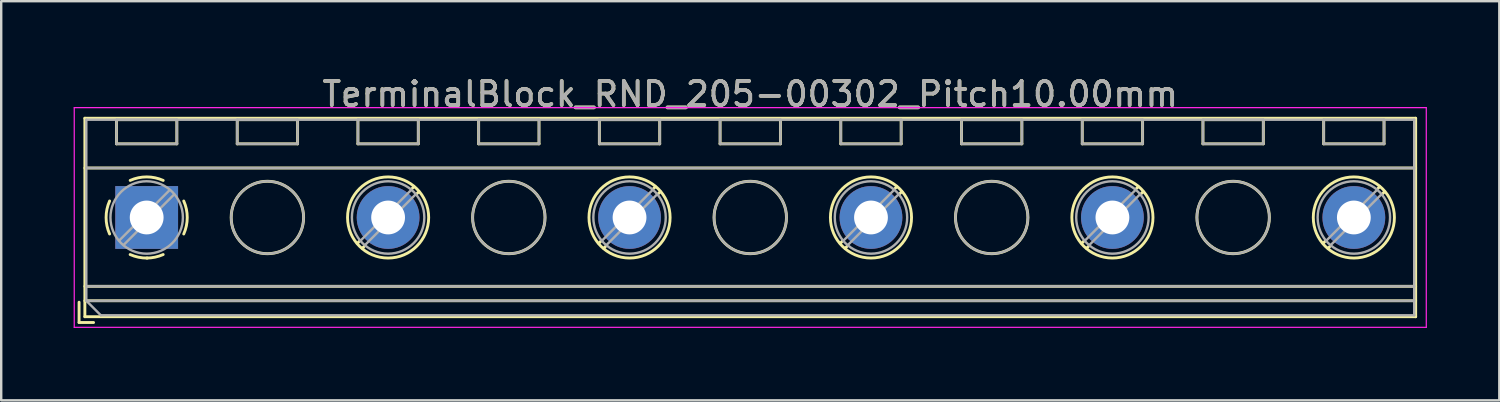
<source format=kicad_pcb>
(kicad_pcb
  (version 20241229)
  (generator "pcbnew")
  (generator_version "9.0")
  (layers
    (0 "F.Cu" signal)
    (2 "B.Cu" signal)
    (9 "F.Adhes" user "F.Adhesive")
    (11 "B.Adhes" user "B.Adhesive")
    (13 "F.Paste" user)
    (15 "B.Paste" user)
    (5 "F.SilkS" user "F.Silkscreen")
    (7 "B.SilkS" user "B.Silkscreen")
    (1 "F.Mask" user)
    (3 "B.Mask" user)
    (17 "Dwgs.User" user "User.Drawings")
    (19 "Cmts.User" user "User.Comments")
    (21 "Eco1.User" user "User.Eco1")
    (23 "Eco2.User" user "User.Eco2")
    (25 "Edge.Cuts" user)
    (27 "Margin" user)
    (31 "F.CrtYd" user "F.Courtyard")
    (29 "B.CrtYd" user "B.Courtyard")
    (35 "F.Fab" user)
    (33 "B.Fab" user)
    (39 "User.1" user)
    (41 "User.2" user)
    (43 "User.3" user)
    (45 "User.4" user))
  (footprint "TerminalBlock_RND_205-00302_Pitch10.00mm"
    (layer "F.Cu")
    (at 3.025 5.958)
    (property "Reference" "TerminalBlock_RND_205-00302_Pitch10.00mm" (at 25 -5.11 0) (layer "F.SilkS") (effects (font (size 1 1) (thickness 0.15))))
    (attr through_hole)
    (fp_line (start -2.8 3.51) (end -2.8 4.35) (stroke (width 0.12) (type solid)) (layer "F.SilkS"))
    (fp_line (start -2.8 4.35) (end -2.2 4.35) (stroke (width 0.12) (type solid)) (layer "F.SilkS"))
    (fp_line (start -2.56 -4.11) (end -2.56 4.11) (stroke (width 0.12) (type solid)) (layer "F.SilkS"))
    (fp_line (start -2.56 -2.05) (end 52.56 -2.05) (stroke (width 0.12) (type solid)) (layer "F.SilkS"))
    (fp_line (start -2.56 2.85) (end 52.56 2.85) (stroke (width 0.12) (type solid)) (layer "F.SilkS"))
    (fp_line (start -2.56 3.45) (end 52.56 3.45) (stroke (width 0.12) (type solid)) (layer "F.SilkS"))
    (fp_line (start -2.56 4.11) (end 52.56 4.11) (stroke (width 0.12) (type solid)) (layer "F.SilkS"))
    (fp_line (start -1.25 -4.05) (end -1.25 -3.05) (stroke (width 0.12) (type solid)) (layer "F.SilkS"))
    (fp_line (start -1.25 -4.05) (end 1.25 -4.05) (stroke (width 0.12) (type solid)) (layer "F.SilkS"))
    (fp_line (start -1.25 -3.05) (end 1.25 -3.05) (stroke (width 0.12) (type solid)) (layer "F.SilkS"))
    (fp_line (start 1.25 -4.05) (end 1.25 -3.05) (stroke (width 0.12) (type solid)) (layer "F.SilkS"))
    (fp_line (start 3.75 -4.05) (end 3.75 -3.05) (stroke (width 0.12) (type solid)) (layer "F.SilkS"))
    (fp_line (start 3.75 -4.05) (end 6.25 -4.05) (stroke (width 0.12) (type solid)) (layer "F.SilkS"))
    (fp_line (start 3.75 -3.05) (end 6.25 -3.05) (stroke (width 0.12) (type solid)) (layer "F.SilkS"))
    (fp_line (start 6.25 -4.05) (end 6.25 -3.05) (stroke (width 0.12) (type solid)) (layer "F.SilkS"))
    (fp_line (start 8.75 -4.05) (end 8.75 -3.05) (stroke (width 0.12) (type solid)) (layer "F.SilkS"))
    (fp_line (start 8.75 -4.05) (end 11.25 -4.05) (stroke (width 0.12) (type solid)) (layer "F.SilkS"))
    (fp_line (start 8.75 -3.05) (end 11.25 -3.05) (stroke (width 0.12) (type solid)) (layer "F.SilkS"))
    (fp_line (start 8.82 0.976) (end 8.726 1.069) (stroke (width 0.12) (type solid)) (layer "F.SilkS"))
    (fp_line (start 9.002 1.204) (end 8.931 1.274) (stroke (width 0.12) (type solid)) (layer "F.SilkS"))
    (fp_line (start 11.07 -1.275) (end 10.999 -1.204) (stroke (width 0.12) (type solid)) (layer "F.SilkS"))
    (fp_line (start 11.25 -4.05) (end 11.25 -3.05) (stroke (width 0.12) (type solid)) (layer "F.SilkS"))
    (fp_line (start 11.275 -1.069) (end 11.181 -0.976) (stroke (width 0.12) (type solid)) (layer "F.SilkS"))
    (fp_line (start 13.75 -4.05) (end 13.75 -3.05) (stroke (width 0.12) (type solid)) (layer "F.SilkS"))
    (fp_line (start 13.75 -4.05) (end 16.25 -4.05) (stroke (width 0.12) (type solid)) (layer "F.SilkS"))
    (fp_line (start 13.75 -3.05) (end 16.25 -3.05) (stroke (width 0.12) (type solid)) (layer "F.SilkS"))
    (fp_line (start 16.25 -4.05) (end 16.25 -3.05) (stroke (width 0.12) (type solid)) (layer "F.SilkS"))
    (fp_line (start 18.75 -4.05) (end 18.75 -3.05) (stroke (width 0.12) (type solid)) (layer "F.SilkS"))
    (fp_line (start 18.75 -4.05) (end 21.25 -4.05) (stroke (width 0.12) (type solid)) (layer "F.SilkS"))
    (fp_line (start 18.75 -3.05) (end 21.25 -3.05) (stroke (width 0.12) (type solid)) (layer "F.SilkS"))
    (fp_line (start 18.82 0.976) (end 18.726 1.069) (stroke (width 0.12) (type solid)) (layer "F.SilkS"))
    (fp_line (start 19.002 1.204) (end 18.931 1.274) (stroke (width 0.12) (type solid)) (layer "F.SilkS"))
    (fp_line (start 21.07 -1.275) (end 20.999 -1.204) (stroke (width 0.12) (type solid)) (layer "F.SilkS"))
    (fp_line (start 21.25 -4.05) (end 21.25 -3.05) (stroke (width 0.12) (type solid)) (layer "F.SilkS"))
    (fp_line (start 21.275 -1.069) (end 21.181 -0.976) (stroke (width 0.12) (type solid)) (layer "F.SilkS"))
    (fp_line (start 23.75 -4.05) (end 23.75 -3.05) (stroke (width 0.12) (type solid)) (layer "F.SilkS"))
    (fp_line (start 23.75 -4.05) (end 26.25 -4.05) (stroke (width 0.12) (type solid)) (layer "F.SilkS"))
    (fp_line (start 23.75 -3.05) (end 26.25 -3.05) (stroke (width 0.12) (type solid)) (layer "F.SilkS"))
    (fp_line (start 26.25 -4.05) (end 26.25 -3.05) (stroke (width 0.12) (type solid)) (layer "F.SilkS"))
    (fp_line (start 28.75 -4.05) (end 28.75 -3.05) (stroke (width 0.12) (type solid)) (layer "F.SilkS"))
    (fp_line (start 28.75 -4.05) (end 31.25 -4.05) (stroke (width 0.12) (type solid)) (layer "F.SilkS"))
    (fp_line (start 28.75 -3.05) (end 31.25 -3.05) (stroke (width 0.12) (type solid)) (layer "F.SilkS"))
    (fp_line (start 28.82 0.976) (end 28.726 1.069) (stroke (width 0.12) (type solid)) (layer "F.SilkS"))
    (fp_line (start 29.002 1.204) (end 28.931 1.274) (stroke (width 0.12) (type solid)) (layer "F.SilkS"))
    (fp_line (start 31.07 -1.275) (end 30.999 -1.204) (stroke (width 0.12) (type solid)) (layer "F.SilkS"))
    (fp_line (start 31.25 -4.05) (end 31.25 -3.05) (stroke (width 0.12) (type solid)) (layer "F.SilkS"))
    (fp_line (start 31.275 -1.069) (end 31.181 -0.976) (stroke (width 0.12) (type solid)) (layer "F.SilkS"))
    (fp_line (start 33.75 -4.05) (end 33.75 -3.05) (stroke (width 0.12) (type solid)) (layer "F.SilkS"))
    (fp_line (start 33.75 -4.05) (end 36.25 -4.05) (stroke (width 0.12) (type solid)) (layer "F.SilkS"))
    (fp_line (start 33.75 -3.05) (end 36.25 -3.05) (stroke (width 0.12) (type solid)) (layer "F.SilkS"))
    (fp_line (start 36.25 -4.05) (end 36.25 -3.05) (stroke (width 0.12) (type solid)) (layer "F.SilkS"))
    (fp_line (start 38.75 -4.05) (end 38.75 -3.05) (stroke (width 0.12) (type solid)) (layer "F.SilkS"))
    (fp_line (start 38.75 -4.05) (end 41.25 -4.05) (stroke (width 0.12) (type solid)) (layer "F.SilkS"))
    (fp_line (start 38.75 -3.05) (end 41.25 -3.05) (stroke (width 0.12) (type solid)) (layer "F.SilkS"))
    (fp_line (start 38.82 0.976) (end 38.726 1.069) (stroke (width 0.12) (type solid)) (layer "F.SilkS"))
    (fp_line (start 39.002 1.204) (end 38.931 1.274) (stroke (width 0.12) (type solid)) (layer "F.SilkS"))
    (fp_line (start 41.07 -1.275) (end 40.999 -1.204) (stroke (width 0.12) (type solid)) (layer "F.SilkS"))
    (fp_line (start 41.25 -4.05) (end 41.25 -3.05) (stroke (width 0.12) (type solid)) (layer "F.SilkS"))
    (fp_line (start 41.275 -1.069) (end 41.181 -0.976) (stroke (width 0.12) (type solid)) (layer "F.SilkS"))
    (fp_line (start 43.75 -4.05) (end 43.75 -3.05) (stroke (width 0.12) (type solid)) (layer "F.SilkS"))
    (fp_line (start 43.75 -4.05) (end 46.25 -4.05) (stroke (width 0.12) (type solid)) (layer "F.SilkS"))
    (fp_line (start 43.75 -3.05) (end 46.25 -3.05) (stroke (width 0.12) (type solid)) (layer "F.SilkS"))
    (fp_line (start 46.25 -4.05) (end 46.25 -3.05) (stroke (width 0.12) (type solid)) (layer "F.SilkS"))
    (fp_line (start 48.75 -4.05) (end 48.75 -3.05) (stroke (width 0.12) (type solid)) (layer "F.SilkS"))
    (fp_line (start 48.75 -4.05) (end 51.25 -4.05) (stroke (width 0.12) (type solid)) (layer "F.SilkS"))
    (fp_line (start 48.75 -3.05) (end 51.25 -3.05) (stroke (width 0.12) (type solid)) (layer "F.SilkS"))
    (fp_line (start 48.82 0.976) (end 48.726 1.069) (stroke (width 0.12) (type solid)) (layer "F.SilkS"))
    (fp_line (start 49.002 1.204) (end 48.931 1.274) (stroke (width 0.12) (type solid)) (layer "F.SilkS"))
    (fp_line (start 51.07 -1.275) (end 50.999 -1.204) (stroke (width 0.12) (type solid)) (layer "F.SilkS"))
    (fp_line (start 51.25 -4.05) (end 51.25 -3.05) (stroke (width 0.12) (type solid)) (layer "F.SilkS"))
    (fp_line (start 51.275 -1.069) (end 51.181 -0.976) (stroke (width 0.12) (type solid)) (layer "F.SilkS"))
    (fp_line (start 52.56 -4.11) (end -2.56 -4.11) (stroke (width 0.12) (type solid)) (layer "F.SilkS"))
    (fp_line (start 52.56 4.11) (end 52.56 -4.11) (stroke (width 0.12) (type solid)) (layer "F.SilkS"))
    (fp_arc (start -1.535427 0.683042) (mid -1.680501 -0.000524) (end -1.535 -0.684) (stroke (width 0.12) (type solid)) (layer "F.SilkS"))
    (fp_arc (start -0.683042 -1.535427) (mid 0.000524 -1.680501) (end 0.684 -1.535) (stroke (width 0.12) (type solid)) (layer "F.SilkS"))
    (fp_arc (start 0.028805 1.680253) (mid -0.335551 1.646659) (end -0.684 1.535) (stroke (width 0.12) (type solid)) (layer "F.SilkS"))
    (fp_arc (start 0.683318 1.534756) (mid 0.349292 1.643288) (end 0 1.68) (stroke (width 0.12) (type solid)) (layer "F.SilkS"))
    (fp_arc (start 1.535427 -0.683042) (mid 1.680501 0.000524) (end 1.535 0.684) (stroke (width 0.12) (type solid)) (layer "F.SilkS"))
    (fp_circle (center 5 0) (end 6.5 0) (stroke (width 0.12) (type solid)) (fill no) (layer "F.SilkS"))
    (fp_circle (center 10 0) (end 11.68 0) (stroke (width 0.12) (type solid)) (fill no) (layer "F.SilkS"))
    (fp_circle (center 15 0) (end 16.5 0) (stroke (width 0.12) (type solid)) (fill no) (layer "F.SilkS"))
    (fp_circle (center 20 0) (end 21.68 0) (stroke (width 0.12) (type solid)) (fill no) (layer "F.SilkS"))
    (fp_circle (center 25 0) (end 26.5 0) (stroke (width 0.12) (type solid)) (fill no) (layer "F.SilkS"))
    (fp_circle (center 30 0) (end 31.68 0) (stroke (width 0.12) (type solid)) (fill no) (layer "F.SilkS"))
    (fp_circle (center 35 0) (end 36.5 0) (stroke (width 0.12) (type solid)) (fill no) (layer "F.SilkS"))
    (fp_circle (center 40 0) (end 41.68 0) (stroke (width 0.12) (type solid)) (fill no) (layer "F.SilkS"))
    (fp_circle (center 45 0) (end 46.5 0) (stroke (width 0.12) (type solid)) (fill no) (layer "F.SilkS"))
    (fp_circle (center 50 0) (end 51.68 0) (stroke (width 0.12) (type solid)) (fill no) (layer "F.SilkS"))
    (fp_line (start -3 -4.55) (end -3 4.55) (stroke (width 0.05) (type solid)) (layer "F.CrtYd"))
    (fp_line (start -3 4.55) (end 53 4.55) (stroke (width 0.05) (type solid)) (layer "F.CrtYd"))
    (fp_line (start 53 -4.55) (end -3 -4.55) (stroke (width 0.05) (type solid)) (layer "F.CrtYd"))
    (fp_line (start 53 4.55) (end 53 -4.55) (stroke (width 0.05) (type solid)) (layer "F.CrtYd"))
    (fp_line (start -2.5 -4.05) (end 52.5 -4.05) (stroke (width 0.1) (type solid)) (layer "F.Fab"))
    (fp_line (start -2.5 -2.05) (end 52.5 -2.05) (stroke (width 0.1) (type solid)) (layer "F.Fab"))
    (fp_line (start -2.5 2.85) (end 52.5 2.85) (stroke (width 0.1) (type solid)) (layer "F.Fab"))
    (fp_line (start -2.5 3.45) (end -2.5 -4.05) (stroke (width 0.1) (type solid)) (layer "F.Fab"))
    (fp_line (start -2.5 3.45) (end 52.5 3.45) (stroke (width 0.1) (type solid)) (layer "F.Fab"))
    (fp_line (start -1.9 4.05) (end -2.5 3.45) (stroke (width 0.1) (type solid)) (layer "F.Fab"))
    (fp_line (start -1.25 -4.05) (end -1.25 -3.05) (stroke (width 0.1) (type solid)) (layer "F.Fab"))
    (fp_line (start -1.25 -3.05) (end 1.25 -3.05) (stroke (width 0.1) (type solid)) (layer "F.Fab"))
    (fp_line (start 0.955 -1.138) (end -1.138 0.955) (stroke (width 0.1) (type solid)) (layer "F.Fab"))
    (fp_line (start 1.138 -0.955) (end -0.955 1.138) (stroke (width 0.1) (type solid)) (layer "F.Fab"))
    (fp_line (start 1.25 -4.05) (end -1.25 -4.05) (stroke (width 0.1) (type solid)) (layer "F.Fab"))
    (fp_line (start 1.25 -3.05) (end 1.25 -4.05) (stroke (width 0.1) (type solid)) (layer "F.Fab"))
    (fp_line (start 3.75 -4.05) (end 3.75 -3.05) (stroke (width 0.1) (type solid)) (layer "F.Fab"))
    (fp_line (start 3.75 -3.05) (end 6.25 -3.05) (stroke (width 0.1) (type solid)) (layer "F.Fab"))
    (fp_line (start 6.25 -4.05) (end 3.75 -4.05) (stroke (width 0.1) (type solid)) (layer "F.Fab"))
    (fp_line (start 6.25 -3.05) (end 6.25 -4.05) (stroke (width 0.1) (type solid)) (layer "F.Fab"))
    (fp_line (start 8.75 -4.05) (end 8.75 -3.05) (stroke (width 0.1) (type solid)) (layer "F.Fab"))
    (fp_line (start 8.75 -3.05) (end 11.25 -3.05) (stroke (width 0.1) (type solid)) (layer "F.Fab"))
    (fp_line (start 10.955 -1.138) (end 8.863 0.955) (stroke (width 0.1) (type solid)) (layer "F.Fab"))
    (fp_line (start 11.138 -0.955) (end 9.046 1.138) (stroke (width 0.1) (type solid)) (layer "F.Fab"))
    (fp_line (start 11.25 -4.05) (end 8.75 -4.05) (stroke (width 0.1) (type solid)) (layer "F.Fab"))
    (fp_line (start 11.25 -3.05) (end 11.25 -4.05) (stroke (width 0.1) (type solid)) (layer "F.Fab"))
    (fp_line (start 13.75 -4.05) (end 13.75 -3.05) (stroke (width 0.1) (type solid)) (layer "F.Fab"))
    (fp_line (start 13.75 -3.05) (end 16.25 -3.05) (stroke (width 0.1) (type solid)) (layer "F.Fab"))
    (fp_line (start 16.25 -4.05) (end 13.75 -4.05) (stroke (width 0.1) (type solid)) (layer "F.Fab"))
    (fp_line (start 16.25 -3.05) (end 16.25 -4.05) (stroke (width 0.1) (type solid)) (layer "F.Fab"))
    (fp_line (start 18.75 -4.05) (end 18.75 -3.05) (stroke (width 0.1) (type solid)) (layer "F.Fab"))
    (fp_line (start 18.75 -3.05) (end 21.25 -3.05) (stroke (width 0.1) (type solid)) (layer "F.Fab"))
    (fp_line (start 20.955 -1.138) (end 18.863 0.955) (stroke (width 0.1) (type solid)) (layer "F.Fab"))
    (fp_line (start 21.138 -0.955) (end 19.046 1.138) (stroke (width 0.1) (type solid)) (layer "F.Fab"))
    (fp_line (start 21.25 -4.05) (end 18.75 -4.05) (stroke (width 0.1) (type solid)) (layer "F.Fab"))
    (fp_line (start 21.25 -3.05) (end 21.25 -4.05) (stroke (width 0.1) (type solid)) (layer "F.Fab"))
    (fp_line (start 23.75 -4.05) (end 23.75 -3.05) (stroke (width 0.1) (type solid)) (layer "F.Fab"))
    (fp_line (start 23.75 -3.05) (end 26.25 -3.05) (stroke (width 0.1) (type solid)) (layer "F.Fab"))
    (fp_line (start 26.25 -4.05) (end 23.75 -4.05) (stroke (width 0.1) (type solid)) (layer "F.Fab"))
    (fp_line (start 26.25 -3.05) (end 26.25 -4.05) (stroke (width 0.1) (type solid)) (layer "F.Fab"))
    (fp_line (start 28.75 -4.05) (end 28.75 -3.05) (stroke (width 0.1) (type solid)) (layer "F.Fab"))
    (fp_line (start 28.75 -3.05) (end 31.25 -3.05) (stroke (width 0.1) (type solid)) (layer "F.Fab"))
    (fp_line (start 30.955 -1.138) (end 28.863 0.955) (stroke (width 0.1) (type solid)) (layer "F.Fab"))
    (fp_line (start 31.138 -0.955) (end 29.046 1.138) (stroke (width 0.1) (type solid)) (layer "F.Fab"))
    (fp_line (start 31.25 -4.05) (end 28.75 -4.05) (stroke (width 0.1) (type solid)) (layer "F.Fab"))
    (fp_line (start 31.25 -3.05) (end 31.25 -4.05) (stroke (width 0.1) (type solid)) (layer "F.Fab"))
    (fp_line (start 33.75 -4.05) (end 33.75 -3.05) (stroke (width 0.1) (type solid)) (layer "F.Fab"))
    (fp_line (start 33.75 -3.05) (end 36.25 -3.05) (stroke (width 0.1) (type solid)) (layer "F.Fab"))
    (fp_line (start 36.25 -4.05) (end 33.75 -4.05) (stroke (width 0.1) (type solid)) (layer "F.Fab"))
    (fp_line (start 36.25 -3.05) (end 36.25 -4.05) (stroke (width 0.1) (type solid)) (layer "F.Fab"))
    (fp_line (start 38.75 -4.05) (end 38.75 -3.05) (stroke (width 0.1) (type solid)) (layer "F.Fab"))
    (fp_line (start 38.75 -3.05) (end 41.25 -3.05) (stroke (width 0.1) (type solid)) (layer "F.Fab"))
    (fp_line (start 40.955 -1.138) (end 38.863 0.955) (stroke (width 0.1) (type solid)) (layer "F.Fab"))
    (fp_line (start 41.138 -0.955) (end 39.046 1.138) (stroke (width 0.1) (type solid)) (layer "F.Fab"))
    (fp_line (start 41.25 -4.05) (end 38.75 -4.05) (stroke (width 0.1) (type solid)) (layer "F.Fab"))
    (fp_line (start 41.25 -3.05) (end 41.25 -4.05) (stroke (width 0.1) (type solid)) (layer "F.Fab"))
    (fp_line (start 43.75 -4.05) (end 43.75 -3.05) (stroke (width 0.1) (type solid)) (layer "F.Fab"))
    (fp_line (start 43.75 -3.05) (end 46.25 -3.05) (stroke (width 0.1) (type solid)) (layer "F.Fab"))
    (fp_line (start 46.25 -4.05) (end 43.75 -4.05) (stroke (width 0.1) (type solid)) (layer "F.Fab"))
    (fp_line (start 46.25 -3.05) (end 46.25 -4.05) (stroke (width 0.1) (type solid)) (layer "F.Fab"))
    (fp_line (start 48.75 -4.05) (end 48.75 -3.05) (stroke (width 0.1) (type solid)) (layer "F.Fab"))
    (fp_line (start 48.75 -3.05) (end 51.25 -3.05) (stroke (width 0.1) (type solid)) (layer "F.Fab"))
    (fp_line (start 50.955 -1.138) (end 48.863 0.955) (stroke (width 0.1) (type solid)) (layer "F.Fab"))
    (fp_line (start 51.138 -0.955) (end 49.046 1.138) (stroke (width 0.1) (type solid)) (layer "F.Fab"))
    (fp_line (start 51.25 -4.05) (end 48.75 -4.05) (stroke (width 0.1) (type solid)) (layer "F.Fab"))
    (fp_line (start 51.25 -3.05) (end 51.25 -4.05) (stroke (width 0.1) (type solid)) (layer "F.Fab"))
    (fp_line (start 52.5 -4.05) (end 52.5 4.05) (stroke (width 0.1) (type solid)) (layer "F.Fab"))
    (fp_line (start 52.5 4.05) (end -1.9 4.05) (stroke (width 0.1) (type solid)) (layer "F.Fab"))
    (fp_circle (center 0 0) (end 1.5 0) (stroke (width 0.1) (type solid)) (fill no) (layer "F.Fab"))
    (fp_circle (center 5 0) (end 6.5 0) (stroke (width 0.1) (type solid)) (fill no) (layer "F.Fab"))
    (fp_circle (center 10 0) (end 11.5 0) (stroke (width 0.1) (type solid)) (fill no) (layer "F.Fab"))
    (fp_circle (center 15 0) (end 16.5 0) (stroke (width 0.1) (type solid)) (fill no) (layer "F.Fab"))
    (fp_circle (center 20 0) (end 21.5 0) (stroke (width 0.1) (type solid)) (fill no) (layer "F.Fab"))
    (fp_circle (center 25 0) (end 26.5 0) (stroke (width 0.1) (type solid)) (fill no) (layer "F.Fab"))
    (fp_circle (center 30 0) (end 31.5 0) (stroke (width 0.1) (type solid)) (fill no) (layer "F.Fab"))
    (fp_circle (center 35 0) (end 36.5 0) (stroke (width 0.1) (type solid)) (fill no) (layer "F.Fab"))
    (fp_circle (center 40 0) (end 41.5 0) (stroke (width 0.1) (type solid)) (fill no) (layer "F.Fab"))
    (fp_circle (center 45 0) (end 46.5 0) (stroke (width 0.1) (type solid)) (fill no) (layer "F.Fab"))
    (fp_circle (center 50 0) (end 51.5 0) (stroke (width 0.1) (type solid)) (fill no) (layer "F.Fab"))
    (fp_text user "${REFERENCE}" (at 25 -5.11 0) (layer "F.Fab") (effects (font (size 1 1) (thickness 0.15))))
    (pad "1" thru_hole rect (at 0 0) (size 2.6 2.6) (drill 1.4) (layers "*.Cu" "*.Mask"))
    (pad "2" thru_hole oval (at 10 0) (size 2.6 2.6) (drill 1.4) (layers "*.Cu" "*.Mask"))
    (pad "3" thru_hole oval (at 20 0) (size 2.6 2.6) (drill 1.4) (layers "*.Cu" "*.Mask"))
    (pad "4" thru_hole oval (at 30 0) (size 2.6 2.6) (drill 1.4) (layers "*.Cu" "*.Mask"))
    (pad "5" thru_hole oval (at 40 0) (size 2.6 2.6) (drill 1.4) (layers "*.Cu" "*.Mask"))
    (pad "6" thru_hole oval (at 50 0) (size 2.6 2.6) (drill 1.4) (layers "*.Cu" "*.Mask")))
  (gr_rect
    (start -3 -3)
    (end 59.05 13.533)
    (stroke (width 0.1) (type default))
    (fill no)
    (layer "Edge.Cuts")))
</source>
